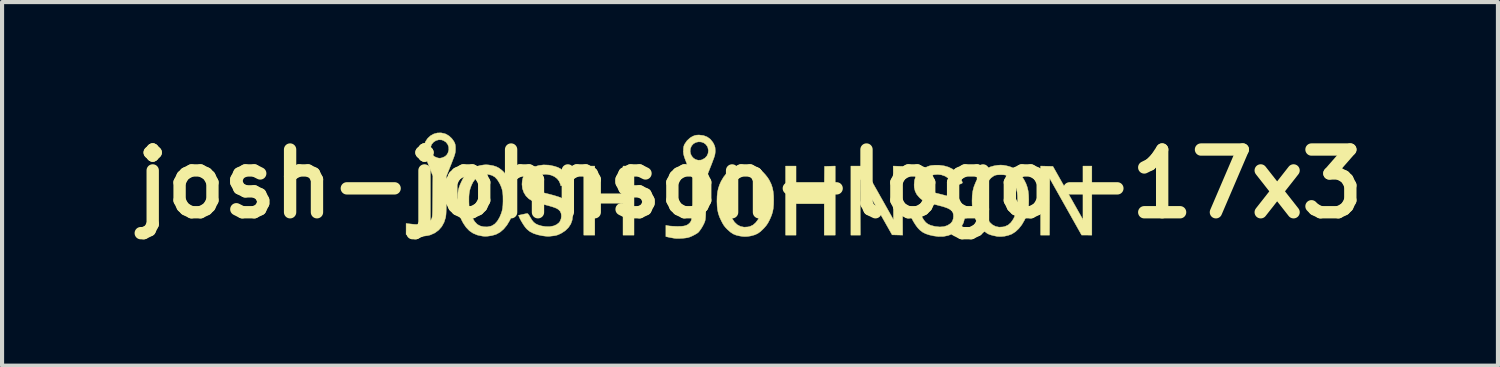
<source format=kicad_pcb>
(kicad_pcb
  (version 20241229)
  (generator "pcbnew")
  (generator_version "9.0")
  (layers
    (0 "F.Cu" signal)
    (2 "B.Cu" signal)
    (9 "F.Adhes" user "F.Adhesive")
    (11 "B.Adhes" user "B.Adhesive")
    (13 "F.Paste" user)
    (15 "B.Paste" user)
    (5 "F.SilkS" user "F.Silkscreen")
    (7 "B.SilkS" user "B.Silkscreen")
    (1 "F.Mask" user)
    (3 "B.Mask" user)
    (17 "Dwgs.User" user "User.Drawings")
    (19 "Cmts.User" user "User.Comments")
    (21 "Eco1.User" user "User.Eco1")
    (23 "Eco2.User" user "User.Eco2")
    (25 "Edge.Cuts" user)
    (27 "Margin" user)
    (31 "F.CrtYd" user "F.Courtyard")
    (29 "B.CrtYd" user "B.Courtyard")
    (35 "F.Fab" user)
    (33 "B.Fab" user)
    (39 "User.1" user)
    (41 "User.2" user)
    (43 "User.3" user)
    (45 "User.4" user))
  (footprint "josh-johnson-logo-17x3"
    (layer "F.Cu")
    (at 15.175 1.418)
    (property "Reference" "josh-johnson-logo-17x3" (at 0 0 0) (layer "F.SilkS") (effects (font (size 1.524 1.524) (thickness 0.3))))
    (attr through_hole)
    (fp_poly (pts (xy -3.772 0.241) (xy -3.086 0.241) (xy -3.086 -0.432) (xy -2.819 -0.432) (xy -2.819 1.245) (xy -3.086 1.245) (xy -3.086 0.47) (xy -3.772 0.47) (xy -3.772 1.245) (xy -4.039 1.245) (xy -4.039 -0.432) (xy -3.772 -0.432) (xy -3.772 0.241)) (stroke (width 0.01) (type solid)) (fill yes) (layer "F.SilkS"))
    (fp_poly (pts (xy 2.07 1.245) (xy 1.803 1.245) (xy 1.803 0.483) (xy 1.118 0.483) (xy 1.118 1.245) (xy 0.864 1.245) (xy 0.864 -0.432) (xy 1.118 -0.432) (xy 1.118 0.241) (xy 1.803 0.241) (xy 1.81 -0.425) (xy 1.94 -0.429) (xy 2.07 -0.433) (xy 2.07 1.245)) (stroke (width 0.01) (type solid)) (fill yes) (layer "F.SilkS"))
    (fp_poly (pts (xy 7.21 -0.429) (xy 7.36 -0.425) (xy 8.09 0.869) (xy 8.09 -0.432) (xy 8.306 -0.432) (xy 8.306 1.245) (xy 8.058 1.244) (xy 7.671 0.556) (xy 7.283 -0.132) (xy 7.28 0.556) (xy 7.277 1.245) (xy 7.061 1.245) (xy 7.061 -0.433) (xy 7.21 -0.429)) (stroke (width 0.01) (type solid)) (fill yes) (layer "F.SilkS"))
    (fp_poly (pts (xy 3.591 -0.429) (xy 3.702 -0.425) (xy 3.709 1.245) (xy 3.453 1.238) (xy 3.072 0.565) (xy 3.004 0.445) (xy 2.939 0.331) (xy 2.879 0.226) (xy 2.826 0.13) (xy 2.779 0.047) (xy 2.74 -0.021) (xy 2.71 -0.074) (xy 2.69 -0.108) (xy 2.682 -0.123) (xy 2.682 -0.123) (xy 2.68 -0.113) (xy 2.679 -0.081) (xy 2.678 -0.027) (xy 2.677 0.045) (xy 2.677 0.134) (xy 2.676 0.236) (xy 2.676 0.351) (xy 2.677 0.476) (xy 2.677 0.553) (xy 2.681 1.245) (xy 2.451 1.245) (xy 2.451 -0.432) (xy 2.751 -0.432) (xy 3.032 0.067) (xy 3.094 0.176) (xy 3.155 0.285) (xy 3.214 0.389) (xy 3.269 0.486) (xy 3.317 0.572) (xy 3.357 0.643) (xy 3.388 0.698) (xy 3.4 0.719) (xy 3.486 0.873) (xy 3.483 0.22) (xy 3.479 -0.433) (xy 3.591 -0.429)) (stroke (width 0.01) (type solid)) (fill yes) (layer "F.SilkS"))
    (fp_poly (pts (xy -6.361 -0.461) (xy -6.325 -0.456) (xy -6.236 -0.44) (xy -6.165 -0.417) (xy -6.103 -0.385) (xy -6.041 -0.339) (xy -5.993 -0.296) (xy -5.897 -0.187) (xy -5.822 -0.067) (xy -5.769 0.067) (xy -5.737 0.215) (xy -5.731 0.273) (xy -5.726 0.433) (xy -5.738 0.579) (xy -5.77 0.717) (xy -5.822 0.852) (xy -5.838 0.886) (xy -5.907 1.002) (xy -5.987 1.099) (xy -6.076 1.175) (xy -6.174 1.228) (xy -6.275 1.256) (xy -6.344 1.267) (xy -6.395 1.273) (xy -6.439 1.274) (xy -6.481 1.271) (xy -6.508 1.268) (xy -6.626 1.243) (xy -6.729 1.2) (xy -6.819 1.139) (xy -6.898 1.057) (xy -6.968 0.954) (xy -7.011 0.872) (xy -7.045 0.795) (xy -7.071 0.726) (xy -7.088 0.66) (xy -7.098 0.588) (xy -7.104 0.505) (xy -7.105 0.406) (xy -7.105 0.395) (xy -6.831 0.395) (xy -6.83 0.457) (xy -6.827 0.532) (xy -6.824 0.588) (xy -6.818 0.631) (xy -6.81 0.668) (xy -6.798 0.705) (xy -6.783 0.745) (xy -6.741 0.837) (xy -6.692 0.915) (xy -6.639 0.973) (xy -6.618 0.99) (xy -6.549 1.025) (xy -6.468 1.043) (xy -6.382 1.045) (xy -6.299 1.028) (xy -6.267 1.016) (xy -6.201 0.973) (xy -6.141 0.907) (xy -6.088 0.819) (xy -6.079 0.8) (xy -6.049 0.728) (xy -6.027 0.662) (xy -6.013 0.595) (xy -6.005 0.519) (xy -6.002 0.428) (xy -6.002 0.394) (xy -6.003 0.296) (xy -6.009 0.217) (xy -6.021 0.15) (xy -6.04 0.087) (xy -6.067 0.023) (xy -6.086 -0.016) (xy -6.139 -0.102) (xy -6.198 -0.165) (xy -6.267 -0.206) (xy -6.347 -0.228) (xy -6.436 -0.233) (xy -6.526 -0.22) (xy -6.605 -0.184) (xy -6.673 -0.125) (xy -6.731 -0.044) (xy -6.769 0.033) (xy -6.795 0.101) (xy -6.813 0.165) (xy -6.824 0.231) (xy -6.83 0.305) (xy -6.831 0.395) (xy -7.105 0.395) (xy -7.103 0.305) (xy -7.098 0.223) (xy -7.088 0.152) (xy -7.07 0.086) (xy -7.045 0.018) (xy -7.01 -0.058) (xy -7.007 -0.064) (xy -6.972 -0.133) (xy -6.939 -0.186) (xy -6.903 -0.232) (xy -6.859 -0.28) (xy -6.856 -0.282) (xy -6.784 -0.347) (xy -6.715 -0.393) (xy -6.639 -0.425) (xy -6.55 -0.448) (xy -6.532 -0.451) (xy -6.466 -0.461) (xy -6.413 -0.464) (xy -6.361 -0.461)) (stroke (width 0.01) (type solid)) (fill yes) (layer "F.SilkS"))
    (fp_poly (pts (xy -7.414 -1.219) (xy -7.386 -1.208) (xy -7.314 -1.165) (xy -7.248 -1.104) (xy -7.197 -1.034) (xy -7.191 -1.023) (xy -7.173 -0.986) (xy -7.163 -0.952) (xy -7.158 -0.91) (xy -7.157 -0.853) (xy -7.157 -0.851) (xy -7.158 -0.816) (xy -7.16 -0.786) (xy -7.164 -0.756) (xy -7.172 -0.723) (xy -7.184 -0.683) (xy -7.203 -0.632) (xy -7.228 -0.566) (xy -7.261 -0.481) (xy -7.268 -0.464) (xy -7.379 -0.184) (xy -7.379 0.273) (xy -7.379 0.407) (xy -7.38 0.519) (xy -7.382 0.609) (xy -7.384 0.682) (xy -7.387 0.738) (xy -7.392 0.782) (xy -7.397 0.814) (xy -7.397 0.815) (xy -7.434 0.933) (xy -7.49 1.036) (xy -7.565 1.122) (xy -7.656 1.19) (xy -7.764 1.239) (xy -7.78 1.244) (xy -7.832 1.256) (xy -7.9 1.266) (xy -7.974 1.274) (xy -8.046 1.278) (xy -8.107 1.277) (xy -8.134 1.275) (xy -8.166 1.269) (xy -8.212 1.261) (xy -8.264 1.25) (xy -8.265 1.25) (xy -8.357 1.23) (xy -8.357 0.962) (xy -8.29 0.97) (xy -8.155 0.984) (xy -8.042 0.988) (xy -7.949 0.981) (xy -7.874 0.965) (xy -7.815 0.937) (xy -7.77 0.898) (xy -7.743 0.858) (xy -7.736 0.845) (xy -7.73 0.83) (xy -7.726 0.812) (xy -7.722 0.789) (xy -7.719 0.757) (xy -7.717 0.713) (xy -7.715 0.657) (xy -7.714 0.584) (xy -7.713 0.492) (xy -7.712 0.379) (xy -7.711 0.307) (xy -7.707 -0.192) (xy -7.81 -0.456) (xy -7.85 -0.561) (xy -7.881 -0.646) (xy -7.904 -0.714) (xy -7.92 -0.769) (xy -7.929 -0.814) (xy -7.932 -0.853) (xy -7.93 -0.888) (xy -7.929 -0.892) (xy -7.76 -0.892) (xy -7.76 -0.828) (xy -7.744 -0.765) (xy -7.715 -0.71) (xy -7.675 -0.668) (xy -7.655 -0.657) (xy -7.599 -0.634) (xy -7.554 -0.624) (xy -7.512 -0.627) (xy -7.464 -0.641) (xy -7.406 -0.669) (xy -7.364 -0.711) (xy -7.339 -0.756) (xy -7.319 -0.827) (xy -7.322 -0.897) (xy -7.346 -0.961) (xy -7.388 -1.014) (xy -7.448 -1.053) (xy -7.495 -1.069) (xy -7.563 -1.072) (xy -7.631 -1.053) (xy -7.69 -1.015) (xy -7.736 -0.961) (xy -7.742 -0.949) (xy -7.76 -0.892) (xy -7.929 -0.892) (xy -7.924 -0.923) (xy -7.92 -0.938) (xy -7.884 -1.031) (xy -7.831 -1.108) (xy -7.763 -1.17) (xy -7.685 -1.213) (xy -7.598 -1.237) (xy -7.507 -1.24) (xy -7.414 -1.219)) (stroke (width 0.01) (type solid)) (fill yes) (layer "F.SilkS"))
    (fp_poly (pts (xy -0.006 -0.447) (xy 0.099 -0.424) (xy 0.193 -0.385) (xy 0.193 -0.385) (xy 0.247 -0.348) (xy 0.306 -0.294) (xy 0.366 -0.23) (xy 0.421 -0.162) (xy 0.465 -0.095) (xy 0.473 -0.08) (xy 0.515 0.007) (xy 0.544 0.094) (xy 0.563 0.187) (xy 0.573 0.292) (xy 0.575 0.387) (xy 0.573 0.501) (xy 0.565 0.596) (xy 0.549 0.681) (xy 0.524 0.762) (xy 0.488 0.847) (xy 0.475 0.875) (xy 0.435 0.951) (xy 0.393 1.013) (xy 0.341 1.073) (xy 0.325 1.09) (xy 0.255 1.157) (xy 0.189 1.204) (xy 0.119 1.237) (xy 0.037 1.26) (xy 0.017 1.265) (xy -0.053 1.276) (xy -0.111 1.28) (xy -0.17 1.278) (xy -0.239 1.268) (xy -0.261 1.264) (xy -0.34 1.245) (xy -0.408 1.217) (xy -0.472 1.175) (xy -0.541 1.115) (xy -0.549 1.108) (xy -0.595 1.06) (xy -0.633 1.012) (xy -0.668 0.955) (xy -0.698 0.897) (xy -0.74 0.807) (xy -0.769 0.723) (xy -0.788 0.638) (xy -0.799 0.544) (xy -0.803 0.433) (xy -0.803 0.413) (xy -0.527 0.413) (xy -0.525 0.51) (xy -0.52 0.588) (xy -0.509 0.655) (xy -0.492 0.716) (xy -0.467 0.778) (xy -0.435 0.842) (xy -0.378 0.929) (xy -0.31 0.993) (xy -0.232 1.034) (xy -0.144 1.052) (xy -0.049 1.046) (xy 0.001 1.034) (xy 0.074 0.999) (xy 0.139 0.942) (xy 0.197 0.864) (xy 0.244 0.766) (xy 0.28 0.651) (xy 0.288 0.617) (xy 0.298 0.551) (xy 0.303 0.47) (xy 0.303 0.382) (xy 0.3 0.293) (xy 0.292 0.21) (xy 0.281 0.141) (xy 0.27 0.1) (xy 0.227 -0.002) (xy 0.179 -0.082) (xy 0.125 -0.144) (xy 0.065 -0.187) (xy 0.034 -0.205) (xy 0.004 -0.215) (xy -0.032 -0.22) (xy -0.081 -0.222) (xy -0.108 -0.222) (xy -0.169 -0.221) (xy -0.213 -0.216) (xy -0.247 -0.207) (xy -0.273 -0.195) (xy -0.346 -0.142) (xy -0.407 -0.069) (xy -0.443 -0.004) (xy -0.475 0.064) (xy -0.497 0.125) (xy -0.512 0.185) (xy -0.521 0.251) (xy -0.526 0.329) (xy -0.527 0.413) (xy -0.803 0.413) (xy -0.8 0.296) (xy -0.789 0.196) (xy -0.769 0.106) (xy -0.739 0.018) (xy -0.702 -0.064) (xy -0.643 -0.164) (xy -0.571 -0.255) (xy -0.492 -0.333) (xy -0.417 -0.386) (xy -0.329 -0.424) (xy -0.226 -0.447) (xy -0.117 -0.455) (xy -0.006 -0.447)) (stroke (width 0.01) (type solid)) (fill yes) (layer "F.SilkS"))
    (fp_poly (pts (xy 6.153 -0.453) (xy 6.224 -0.441) (xy 6.294 -0.424) (xy 6.356 -0.403) (xy 6.402 -0.381) (xy 6.405 -0.379) (xy 6.48 -0.319) (xy 6.555 -0.242) (xy 6.621 -0.158) (xy 6.662 -0.094) (xy 6.706 -0.006) (xy 6.737 0.08) (xy 6.758 0.169) (xy 6.769 0.269) (xy 6.773 0.387) (xy 6.771 0.5) (xy 6.763 0.595) (xy 6.748 0.679) (xy 6.723 0.758) (xy 6.688 0.842) (xy 6.668 0.883) (xy 6.604 0.993) (xy 6.53 1.087) (xy 6.449 1.163) (xy 6.364 1.217) (xy 6.356 1.221) (xy 6.277 1.25) (xy 6.188 1.271) (xy 6.1 1.28) (xy 6.021 1.278) (xy 6.001 1.275) (xy 5.919 1.258) (xy 5.856 1.242) (xy 5.807 1.225) (xy 5.765 1.204) (xy 5.725 1.175) (xy 5.681 1.137) (xy 5.652 1.11) (xy 5.607 1.065) (xy 5.571 1.022) (xy 5.54 0.973) (xy 5.506 0.91) (xy 5.5 0.898) (xy 5.456 0.801) (xy 5.426 0.708) (xy 5.407 0.611) (xy 5.397 0.503) (xy 5.395 0.413) (xy 5.671 0.413) (xy 5.672 0.51) (xy 5.677 0.588) (xy 5.688 0.654) (xy 5.705 0.715) (xy 5.73 0.777) (xy 5.763 0.842) (xy 5.82 0.929) (xy 5.888 0.993) (xy 5.966 1.034) (xy 6.053 1.052) (xy 6.149 1.046) (xy 6.198 1.034) (xy 6.274 0.999) (xy 6.34 0.94) (xy 6.397 0.859) (xy 6.437 0.776) (xy 6.465 0.698) (xy 6.484 0.626) (xy 6.496 0.551) (xy 6.501 0.465) (xy 6.502 0.393) (xy 6.499 0.286) (xy 6.49 0.198) (xy 6.472 0.119) (xy 6.445 0.044) (xy 6.433 0.019) (xy 6.393 -0.058) (xy 6.351 -0.117) (xy 6.302 -0.162) (xy 6.263 -0.188) (xy 6.231 -0.205) (xy 6.201 -0.215) (xy 6.166 -0.22) (xy 6.117 -0.222) (xy 6.09 -0.222) (xy 6.028 -0.221) (xy 5.984 -0.216) (xy 5.95 -0.207) (xy 5.925 -0.195) (xy 5.854 -0.144) (xy 5.795 -0.073) (xy 5.755 -0.006) (xy 5.724 0.062) (xy 5.701 0.123) (xy 5.686 0.185) (xy 5.677 0.253) (xy 5.672 0.335) (xy 5.671 0.413) (xy 5.395 0.413) (xy 5.399 0.287) (xy 5.413 0.178) (xy 5.438 0.077) (xy 5.477 -0.022) (xy 5.496 -0.064) (xy 5.555 -0.164) (xy 5.627 -0.256) (xy 5.707 -0.333) (xy 5.78 -0.386) (xy 5.845 -0.414) (xy 5.926 -0.437) (xy 6.014 -0.452) (xy 6.091 -0.457) (xy 6.153 -0.453)) (stroke (width 0.01) (type solid)) (fill yes) (layer "F.SilkS"))
    (fp_poly (pts (xy -1.131 -1.175) (xy -1.042 -1.141) (xy -0.965 -1.086) (xy -0.903 -1.009) (xy -0.88 -0.967) (xy -0.86 -0.922) (xy -0.849 -0.881) (xy -0.846 -0.832) (xy -0.845 -0.8) (xy -0.846 -0.768) (xy -0.849 -0.739) (xy -0.854 -0.708) (xy -0.864 -0.672) (xy -0.879 -0.626) (xy -0.901 -0.568) (xy -0.929 -0.492) (xy -0.956 -0.425) (xy -1.065 -0.146) (xy -1.07 0.349) (xy -1.072 0.478) (xy -1.073 0.584) (xy -1.075 0.669) (xy -1.077 0.738) (xy -1.08 0.791) (xy -1.083 0.833) (xy -1.087 0.865) (xy -1.091 0.89) (xy -1.097 0.911) (xy -1.098 0.914) (xy -1.119 0.965) (xy -1.15 1.025) (xy -1.186 1.085) (xy -1.223 1.138) (xy -1.255 1.176) (xy -1.257 1.179) (xy -1.293 1.205) (xy -1.345 1.235) (xy -1.403 1.265) (xy -1.461 1.29) (xy -1.508 1.305) (xy -1.512 1.306) (xy -1.567 1.315) (xy -1.636 1.322) (xy -1.708 1.326) (xy -1.773 1.327) (xy -1.81 1.325) (xy -1.848 1.32) (xy -1.9 1.311) (xy -1.953 1.301) (xy -2.045 1.281) (xy -2.045 1.007) (xy -1.984 1.019) (xy -1.947 1.024) (xy -1.892 1.028) (xy -1.828 1.031) (xy -1.772 1.033) (xy -1.678 1.032) (xy -1.605 1.024) (xy -1.548 1.008) (xy -1.503 0.984) (xy -1.465 0.949) (xy -1.463 0.947) (xy -1.447 0.926) (xy -1.434 0.902) (xy -1.423 0.871) (xy -1.414 0.833) (xy -1.408 0.783) (xy -1.403 0.72) (xy -1.4 0.641) (xy -1.398 0.544) (xy -1.397 0.426) (xy -1.397 0.302) (xy -1.397 -0.138) (xy -1.508 -0.421) (xy -1.543 -0.511) (xy -1.57 -0.581) (xy -1.59 -0.635) (xy -1.603 -0.677) (xy -1.612 -0.711) (xy -1.617 -0.741) (xy -1.619 -0.77) (xy -1.619 -0.791) (xy -1.455 -0.791) (xy -1.443 -0.728) (xy -1.415 -0.671) (xy -1.373 -0.624) (xy -1.321 -0.591) (xy -1.26 -0.575) (xy -1.194 -0.578) (xy -1.162 -0.588) (xy -1.096 -0.626) (xy -1.047 -0.679) (xy -1.019 -0.743) (xy -1.011 -0.814) (xy -1.026 -0.886) (xy -1.035 -0.906) (xy -1.074 -0.96) (xy -1.126 -0.998) (xy -1.188 -1.019) (xy -1.253 -1.022) (xy -1.317 -1.008) (xy -1.374 -0.976) (xy -1.419 -0.926) (xy -1.421 -0.923) (xy -1.449 -0.857) (xy -1.455 -0.791) (xy -1.619 -0.791) (xy -1.619 -0.802) (xy -1.619 -0.806) (xy -1.617 -0.867) (xy -1.61 -0.911) (xy -1.597 -0.948) (xy -1.59 -0.963) (xy -1.531 -1.049) (xy -1.457 -1.117) (xy -1.399 -1.152) (xy -1.353 -1.172) (xy -1.311 -1.183) (xy -1.26 -1.187) (xy -1.232 -1.187) (xy -1.131 -1.175)) (stroke (width 0.01) (type solid)) (fill yes) (layer "F.SilkS"))
    (fp_poly (pts (xy -4.896 -0.456) (xy -4.861 -0.451) (xy -4.755 -0.428) (xy -4.669 -0.4) (xy -4.599 -0.363) (xy -4.541 -0.315) (xy -4.488 -0.254) (xy -4.472 -0.231) (xy -4.445 -0.188) (xy -4.417 -0.142) (xy -4.392 -0.096) (xy -4.372 -0.057) (xy -4.36 -0.029) (xy -4.358 -0.019) (xy -4.372 -0.014) (xy -4.404 -0.005) (xy -4.449 0.008) (xy -4.48 0.017) (xy -4.597 0.049) (xy -4.605 0.015) (xy -4.636 -0.062) (xy -4.686 -0.127) (xy -4.755 -0.179) (xy -4.838 -0.214) (xy -4.934 -0.232) (xy -4.972 -0.234) (xy -5.067 -0.226) (xy -5.147 -0.203) (xy -5.21 -0.164) (xy -5.254 -0.111) (xy -5.277 -0.048) (xy -5.277 0.015) (xy -5.255 0.08) (xy -5.225 0.126) (xy -5.208 0.143) (xy -5.186 0.159) (xy -5.156 0.173) (xy -5.115 0.188) (xy -5.059 0.205) (xy -4.984 0.225) (xy -4.893 0.247) (xy -4.761 0.282) (xy -4.652 0.316) (xy -4.563 0.352) (xy -4.492 0.392) (xy -4.437 0.437) (xy -4.393 0.49) (xy -4.36 0.551) (xy -4.335 0.624) (xy -4.323 0.67) (xy -4.31 0.777) (xy -4.322 0.88) (xy -4.356 0.975) (xy -4.413 1.062) (xy -4.491 1.138) (xy -4.589 1.201) (xy -4.599 1.206) (xy -4.644 1.227) (xy -4.683 1.243) (xy -4.724 1.254) (xy -4.772 1.262) (xy -4.835 1.269) (xy -4.889 1.275) (xy -4.923 1.274) (xy -4.973 1.27) (xy -5.028 1.263) (xy -5.039 1.262) (xy -5.16 1.237) (xy -5.261 1.204) (xy -5.344 1.162) (xy -5.412 1.108) (xy -5.437 1.083) (xy -5.473 1.038) (xy -5.513 0.979) (xy -5.553 0.913) (xy -5.588 0.85) (xy -5.606 0.81) (xy -5.626 0.764) (xy -5.527 0.743) (xy -5.479 0.732) (xy -5.438 0.724) (xy -5.413 0.72) (xy -5.411 0.72) (xy -5.396 0.729) (xy -5.373 0.758) (xy -5.347 0.8) (xy -5.344 0.806) (xy -5.3 0.879) (xy -5.258 0.931) (xy -5.21 0.969) (xy -5.151 0.997) (xy -5.074 1.02) (xy -5.058 1.024) (xy -4.956 1.039) (xy -4.861 1.038) (xy -4.774 1.022) (xy -4.7 0.99) (xy -4.643 0.945) (xy -4.617 0.91) (xy -4.592 0.85) (xy -4.583 0.785) (xy -4.589 0.723) (xy -4.61 0.672) (xy -4.617 0.662) (xy -4.642 0.636) (xy -4.67 0.613) (xy -4.705 0.593) (xy -4.752 0.574) (xy -4.812 0.554) (xy -4.891 0.531) (xy -4.979 0.508) (xy -5.059 0.486) (xy -5.136 0.465) (xy -5.203 0.444) (xy -5.256 0.427) (xy -5.29 0.414) (xy -5.29 0.414) (xy -5.376 0.361) (xy -5.446 0.291) (xy -5.497 0.207) (xy -5.53 0.112) (xy -5.541 0.009) (xy -5.535 -0.069) (xy -5.52 -0.141) (xy -5.496 -0.199) (xy -5.458 -0.254) (xy -5.425 -0.291) (xy -5.343 -0.36) (xy -5.246 -0.412) (xy -5.136 -0.446) (xy -5.018 -0.461) (xy -4.896 -0.456)) (stroke (width 0.01) (type solid)) (fill yes) (layer "F.SilkS"))
    (fp_poly (pts (xy 4.602 -0.453) (xy 4.719 -0.437) (xy 4.826 -0.406) (xy 4.918 -0.361) (xy 4.991 -0.305) (xy 4.994 -0.301) (xy 5.023 -0.267) (xy 5.056 -0.221) (xy 5.09 -0.169) (xy 5.121 -0.118) (xy 5.145 -0.073) (xy 5.159 -0.039) (xy 5.161 -0.03) (xy 5.155 -0.018) (xy 5.133 -0.005) (xy 5.092 0.009) (xy 5.055 0.02) (xy 5.006 0.034) (xy 4.966 0.044) (xy 4.943 0.05) (xy 4.939 0.051) (xy 4.931 0.04) (xy 4.92 0.012) (xy 4.916 -0.001) (xy 4.886 -0.063) (xy 4.835 -0.121) (xy 4.77 -0.171) (xy 4.731 -0.192) (xy 4.649 -0.22) (xy 4.563 -0.23) (xy 4.477 -0.224) (xy 4.398 -0.203) (xy 4.33 -0.166) (xy 4.29 -0.129) (xy 4.256 -0.071) (xy 4.247 -0.007) (xy 4.262 0.059) (xy 4.265 0.066) (xy 4.281 0.099) (xy 4.298 0.126) (xy 4.321 0.148) (xy 4.351 0.168) (xy 4.393 0.186) (xy 4.448 0.205) (xy 4.521 0.225) (xy 4.615 0.248) (xy 4.655 0.258) (xy 4.785 0.292) (xy 4.892 0.327) (xy 4.978 0.364) (xy 5.046 0.404) (xy 5.098 0.448) (xy 5.137 0.497) (xy 5.149 0.52) (xy 5.194 0.632) (xy 5.215 0.742) (xy 5.212 0.848) (xy 5.185 0.947) (xy 5.137 1.037) (xy 5.066 1.117) (xy 4.974 1.185) (xy 4.927 1.21) (xy 4.816 1.254) (xy 4.701 1.277) (xy 4.578 1.279) (xy 4.462 1.264) (xy 4.355 1.24) (xy 4.268 1.211) (xy 4.195 1.174) (xy 4.131 1.125) (xy 4.087 1.081) (xy 4.054 1.04) (xy 4.02 0.992) (xy 3.986 0.939) (xy 3.956 0.887) (xy 3.932 0.839) (xy 3.916 0.801) (xy 3.91 0.776) (xy 3.914 0.769) (xy 3.94 0.761) (xy 3.98 0.751) (xy 4.026 0.741) (xy 4.07 0.731) (xy 4.103 0.726) (xy 4.115 0.724) (xy 4.13 0.735) (xy 4.152 0.762) (xy 4.176 0.8) (xy 4.176 0.801) (xy 4.223 0.879) (xy 4.271 0.937) (xy 4.326 0.979) (xy 4.392 1.008) (xy 4.476 1.03) (xy 4.499 1.035) (xy 4.612 1.047) (xy 4.713 1.039) (xy 4.8 1.01) (xy 4.873 0.962) (xy 4.875 0.961) (xy 4.916 0.91) (xy 4.938 0.847) (xy 4.944 0.787) (xy 4.94 0.735) (xy 4.927 0.691) (xy 4.901 0.654) (xy 4.86 0.621) (xy 4.803 0.591) (xy 4.726 0.563) (xy 4.627 0.535) (xy 4.576 0.522) (xy 4.466 0.493) (xy 4.378 0.469) (xy 4.307 0.446) (xy 4.251 0.424) (xy 4.205 0.401) (xy 4.167 0.376) (xy 4.132 0.347) (xy 4.115 0.331) (xy 4.052 0.256) (xy 4.012 0.177) (xy 3.991 0.087) (xy 3.988 0.02) (xy 3.997 -0.086) (xy 4.025 -0.177) (xy 4.074 -0.256) (xy 4.144 -0.324) (xy 4.238 -0.383) (xy 4.259 -0.394) (xy 4.315 -0.421) (xy 4.361 -0.437) (xy 4.407 -0.447) (xy 4.465 -0.452) (xy 4.477 -0.453) (xy 4.602 -0.453)) (stroke (width 0.01) (type solid)) (fill yes) (layer "F.SilkS")))
  (gr_rect
    (start -3 -3)
    (end 33.349 5.836)
    (stroke (width 0.1) (type default))
    (fill no)
    (layer "Edge.Cuts")))
</source>
